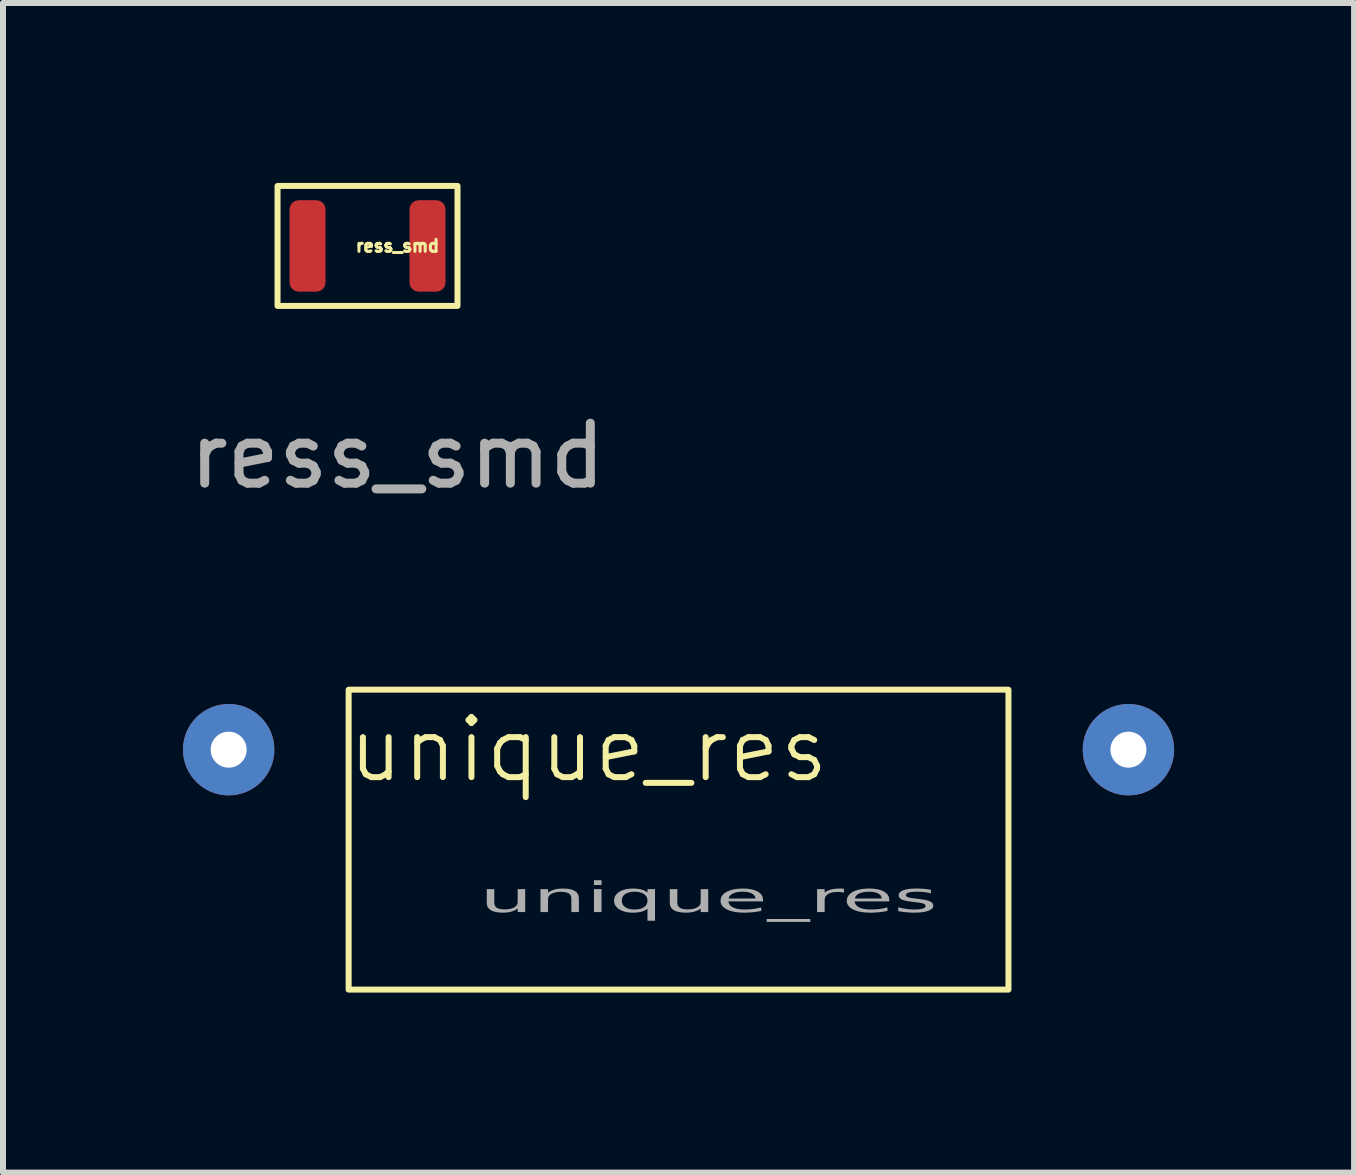
<source format=kicad_pcb>
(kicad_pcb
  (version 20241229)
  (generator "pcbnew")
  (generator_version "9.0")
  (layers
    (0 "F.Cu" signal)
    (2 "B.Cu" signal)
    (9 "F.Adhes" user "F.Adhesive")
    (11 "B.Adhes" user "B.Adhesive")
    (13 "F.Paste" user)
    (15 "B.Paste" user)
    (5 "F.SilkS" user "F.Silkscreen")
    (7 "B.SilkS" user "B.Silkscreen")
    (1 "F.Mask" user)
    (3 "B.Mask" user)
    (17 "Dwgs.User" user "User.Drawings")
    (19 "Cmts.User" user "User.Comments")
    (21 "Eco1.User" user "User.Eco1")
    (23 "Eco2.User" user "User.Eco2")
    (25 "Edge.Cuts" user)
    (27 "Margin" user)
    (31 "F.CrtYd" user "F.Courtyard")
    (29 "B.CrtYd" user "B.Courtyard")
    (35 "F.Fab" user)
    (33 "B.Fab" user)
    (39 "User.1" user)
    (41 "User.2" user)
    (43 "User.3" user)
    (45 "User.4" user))
  (footprint "ress_smd"
    (layer "F.Cu")
    (at 3.577 1.05)
    (property "Reference" "ress_smd" (at 0 0 0) (unlocked yes) (layer "F.SilkS") (effects (font (size 0.2 0.2) (thickness 0.05))))
    (attr smd)
    (fp_rect (start -2 -1) (end 1 1) (stroke (width 0.1) (type default)) (fill no) (layer "F.SilkS"))
    (fp_text user "${REFERENCE}" (at 0 3.5 0) (unlocked yes) (layer "F.Fab") (effects (font (size 1 1) (thickness 0.15))))
    (pad "1" smd roundrect (at -1.5 0) (size 0.6 1.524) (layers "F.Cu" "F.Mask" "F.Paste") (roundrect_rratio 0.25))
    (pad "2" smd roundrect (at 0.5 0) (size 0.6 1.524) (layers "F.Cu" "F.Mask" "F.Paste") (roundrect_rratio 0.25)))
  (footprint "unique_res"
    (layer "F.Cu")
    (at 6.762 9.448)
    (property "Reference" "unique_res" (at 0 0 0) (unlocked yes) (layer "F.SilkS") (effects (font (size 1 1) (thickness 0.1))))
    (attr through_hole)
    (fp_rect (start -4 -1) (end 7 4) (stroke (width 0.1) (type default)) (fill no) (layer "F.SilkS"))
    (fp_text user "${REFERENCE}" (at 2 2.5 0) (unlocked yes) (layer "F.Fab") (effects (font (face "Algerian") (size 0.5 1) (thickness 0.125))))
    (pad "1" thru_hole circle (at -6 0) (size 1.524 1.524) (drill 0.6) (layers "*.Cu" "*.Mask"))
    (pad "2" thru_hole circle (at 9 0) (size 1.524 1.524) (drill 0.6) (layers "*.Cu" "*.Mask")))
  (gr_rect
    (start -3 -3)
    (end 19.524 16.498)
    (stroke (width 0.1) (type default))
    (fill no)
    (layer "Edge.Cuts")))
</source>
